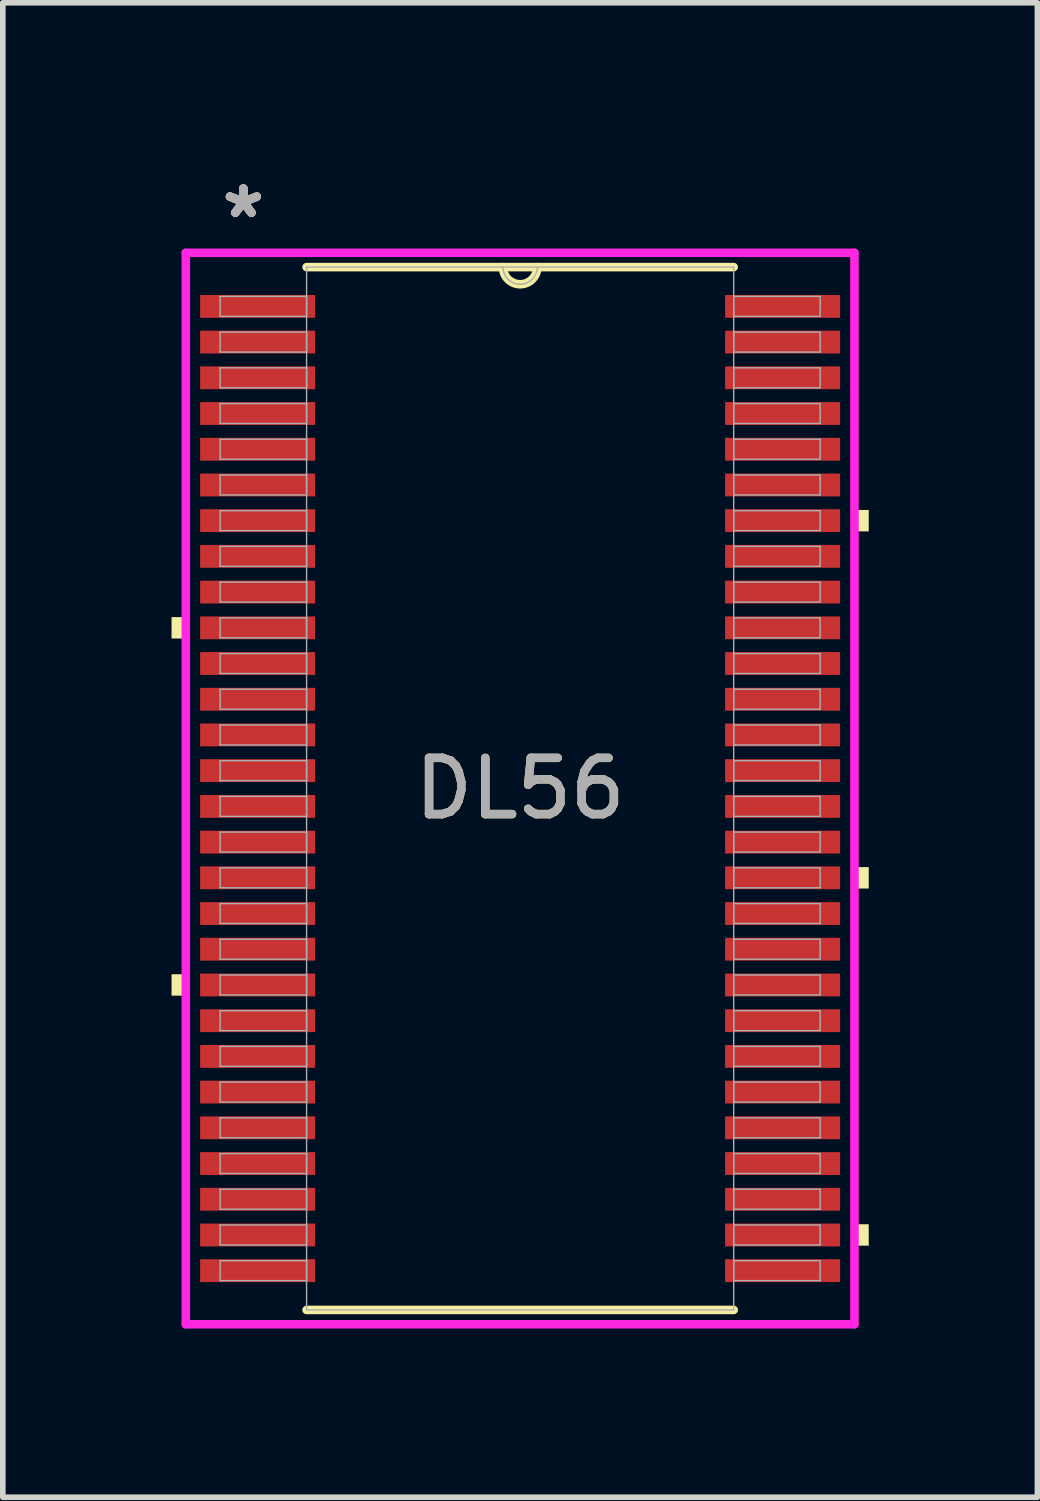
<source format=kicad_pcb>
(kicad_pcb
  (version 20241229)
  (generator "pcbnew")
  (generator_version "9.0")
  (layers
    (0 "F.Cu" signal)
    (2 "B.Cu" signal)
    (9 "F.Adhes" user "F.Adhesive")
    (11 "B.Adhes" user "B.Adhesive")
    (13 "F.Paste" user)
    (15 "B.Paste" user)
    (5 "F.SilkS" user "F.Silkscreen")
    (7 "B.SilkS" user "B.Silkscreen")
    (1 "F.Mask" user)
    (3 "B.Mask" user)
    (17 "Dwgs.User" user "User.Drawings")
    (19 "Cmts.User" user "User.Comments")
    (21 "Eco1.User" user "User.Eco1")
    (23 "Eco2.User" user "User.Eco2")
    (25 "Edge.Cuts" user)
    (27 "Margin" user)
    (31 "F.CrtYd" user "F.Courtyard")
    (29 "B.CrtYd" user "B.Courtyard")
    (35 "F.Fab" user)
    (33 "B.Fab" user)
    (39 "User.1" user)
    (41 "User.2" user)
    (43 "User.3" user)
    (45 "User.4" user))
  (footprint "DL56"
    (layer "F.Cu")
    (at 6.198 10.97)
    (property "Reference" "DL56" (at 0 0 0) (unlocked yes) (layer "F.SilkS") (effects (font (size 1 1) (thickness 0.15))))
    (attr smd)
    (fp_line (start -3.797 9.271) (end 3.797 9.271) (stroke (width 0.152) (type solid)) (layer "F.SilkS"))
    (fp_line (start 3.797 -9.271) (end -3.797 -9.271) (stroke (width 0.152) (type solid)) (layer "F.SilkS"))
    (fp_arc (start 0.3048 -9.271) (mid 0 -8.9662) (end -0.3048 -9.271) (stroke (width 0.1524) (type solid)) (layer "F.SilkS"))
    (fp_poly (pts (xy -6.198 -3.048) (xy -6.198 -2.667) (xy -5.944 -2.667) (xy -5.944 -3.048)) (stroke (width 0) (type solid)) (fill yes) (layer "F.SilkS"))
    (fp_poly (pts (xy -6.198 3.302) (xy -6.198 3.683) (xy -5.944 3.683) (xy -5.944 3.302)) (stroke (width 0) (type solid)) (fill yes) (layer "F.SilkS"))
    (fp_poly (pts (xy 6.198 -4.953) (xy 6.198 -4.572) (xy 5.944 -4.572) (xy 5.944 -4.953)) (stroke (width 0) (type solid)) (fill yes) (layer "F.SilkS"))
    (fp_poly (pts (xy 6.198 1.397) (xy 6.198 1.778) (xy 5.944 1.778) (xy 5.944 1.397)) (stroke (width 0) (type solid)) (fill yes) (layer "F.SilkS"))
    (fp_poly (pts (xy 6.198 7.747) (xy 6.198 8.128) (xy 5.944 8.128) (xy 5.944 7.747)) (stroke (width 0) (type solid)) (fill yes) (layer "F.SilkS"))
    (fp_line (start -5.944 -9.525) (end 5.944 -9.525) (stroke (width 0.152) (type solid)) (layer "F.CrtYd"))
    (fp_line (start -5.944 9.525) (end -5.944 -9.525) (stroke (width 0.152) (type solid)) (layer "F.CrtYd"))
    (fp_line (start 5.944 -9.525) (end 5.944 9.525) (stroke (width 0.152) (type solid)) (layer "F.CrtYd"))
    (fp_line (start 5.944 9.525) (end -5.944 9.525) (stroke (width 0.152) (type solid)) (layer "F.CrtYd"))
    (fp_line (start -5.334 -8.75) (end -5.334 -8.395) (stroke (width 0.025) (type solid)) (layer "F.Fab"))
    (fp_line (start -5.334 -8.395) (end -3.797 -8.395) (stroke (width 0.025) (type solid)) (layer "F.Fab"))
    (fp_line (start -5.334 -8.115) (end -5.334 -7.76) (stroke (width 0.025) (type solid)) (layer "F.Fab"))
    (fp_line (start -5.334 -7.76) (end -3.797 -7.76) (stroke (width 0.025) (type solid)) (layer "F.Fab"))
    (fp_line (start -5.334 -7.48) (end -5.334 -7.125) (stroke (width 0.025) (type solid)) (layer "F.Fab"))
    (fp_line (start -5.334 -7.125) (end -3.797 -7.125) (stroke (width 0.025) (type solid)) (layer "F.Fab"))
    (fp_line (start -5.334 -6.845) (end -5.334 -6.49) (stroke (width 0.025) (type solid)) (layer "F.Fab"))
    (fp_line (start -5.334 -6.49) (end -3.797 -6.49) (stroke (width 0.025) (type solid)) (layer "F.Fab"))
    (fp_line (start -5.334 -6.21) (end -5.334 -5.855) (stroke (width 0.025) (type solid)) (layer "F.Fab"))
    (fp_line (start -5.334 -5.855) (end -3.797 -5.855) (stroke (width 0.025) (type solid)) (layer "F.Fab"))
    (fp_line (start -5.334 -5.575) (end -5.334 -5.22) (stroke (width 0.025) (type solid)) (layer "F.Fab"))
    (fp_line (start -5.334 -5.22) (end -3.797 -5.22) (stroke (width 0.025) (type solid)) (layer "F.Fab"))
    (fp_line (start -5.334 -4.94) (end -5.334 -4.585) (stroke (width 0.025) (type solid)) (layer "F.Fab"))
    (fp_line (start -5.334 -4.585) (end -3.797 -4.585) (stroke (width 0.025) (type solid)) (layer "F.Fab"))
    (fp_line (start -5.334 -4.305) (end -5.334 -3.95) (stroke (width 0.025) (type solid)) (layer "F.Fab"))
    (fp_line (start -5.334 -3.95) (end -3.797 -3.95) (stroke (width 0.025) (type solid)) (layer "F.Fab"))
    (fp_line (start -5.334 -3.67) (end -5.334 -3.315) (stroke (width 0.025) (type solid)) (layer "F.Fab"))
    (fp_line (start -5.334 -3.315) (end -3.797 -3.315) (stroke (width 0.025) (type solid)) (layer "F.Fab"))
    (fp_line (start -5.334 -3.035) (end -5.334 -2.68) (stroke (width 0.025) (type solid)) (layer "F.Fab"))
    (fp_line (start -5.334 -2.68) (end -3.797 -2.68) (stroke (width 0.025) (type solid)) (layer "F.Fab"))
    (fp_line (start -5.334 -2.4) (end -5.334 -2.045) (stroke (width 0.025) (type solid)) (layer "F.Fab"))
    (fp_line (start -5.334 -2.045) (end -3.797 -2.045) (stroke (width 0.025) (type solid)) (layer "F.Fab"))
    (fp_line (start -5.334 -1.765) (end -5.334 -1.41) (stroke (width 0.025) (type solid)) (layer "F.Fab"))
    (fp_line (start -5.334 -1.41) (end -3.797 -1.41) (stroke (width 0.025) (type solid)) (layer "F.Fab"))
    (fp_line (start -5.334 -1.13) (end -5.334 -0.775) (stroke (width 0.025) (type solid)) (layer "F.Fab"))
    (fp_line (start -5.334 -0.775) (end -3.797 -0.775) (stroke (width 0.025) (type solid)) (layer "F.Fab"))
    (fp_line (start -5.334 -0.495) (end -5.334 -0.14) (stroke (width 0.025) (type solid)) (layer "F.Fab"))
    (fp_line (start -5.334 -0.14) (end -3.797 -0.14) (stroke (width 0.025) (type solid)) (layer "F.Fab"))
    (fp_line (start -5.334 0.14) (end -5.334 0.495) (stroke (width 0.025) (type solid)) (layer "F.Fab"))
    (fp_line (start -5.334 0.495) (end -3.797 0.495) (stroke (width 0.025) (type solid)) (layer "F.Fab"))
    (fp_line (start -5.334 0.775) (end -5.334 1.13) (stroke (width 0.025) (type solid)) (layer "F.Fab"))
    (fp_line (start -5.334 1.13) (end -3.797 1.13) (stroke (width 0.025) (type solid)) (layer "F.Fab"))
    (fp_line (start -5.334 1.41) (end -5.334 1.765) (stroke (width 0.025) (type solid)) (layer "F.Fab"))
    (fp_line (start -5.334 1.765) (end -3.797 1.765) (stroke (width 0.025) (type solid)) (layer "F.Fab"))
    (fp_line (start -5.334 2.045) (end -5.334 2.4) (stroke (width 0.025) (type solid)) (layer "F.Fab"))
    (fp_line (start -5.334 2.4) (end -3.797 2.4) (stroke (width 0.025) (type solid)) (layer "F.Fab"))
    (fp_line (start -5.334 2.68) (end -5.334 3.035) (stroke (width 0.025) (type solid)) (layer "F.Fab"))
    (fp_line (start -5.334 3.035) (end -3.797 3.035) (stroke (width 0.025) (type solid)) (layer "F.Fab"))
    (fp_line (start -5.334 3.315) (end -5.334 3.67) (stroke (width 0.025) (type solid)) (layer "F.Fab"))
    (fp_line (start -5.334 3.67) (end -3.797 3.67) (stroke (width 0.025) (type solid)) (layer "F.Fab"))
    (fp_line (start -5.334 3.95) (end -5.334 4.305) (stroke (width 0.025) (type solid)) (layer "F.Fab"))
    (fp_line (start -5.334 4.305) (end -3.797 4.305) (stroke (width 0.025) (type solid)) (layer "F.Fab"))
    (fp_line (start -5.334 4.585) (end -5.334 4.94) (stroke (width 0.025) (type solid)) (layer "F.Fab"))
    (fp_line (start -5.334 4.94) (end -3.797 4.94) (stroke (width 0.025) (type solid)) (layer "F.Fab"))
    (fp_line (start -5.334 5.22) (end -5.334 5.575) (stroke (width 0.025) (type solid)) (layer "F.Fab"))
    (fp_line (start -5.334 5.575) (end -3.797 5.575) (stroke (width 0.025) (type solid)) (layer "F.Fab"))
    (fp_line (start -5.334 5.855) (end -5.334 6.21) (stroke (width 0.025) (type solid)) (layer "F.Fab"))
    (fp_line (start -5.334 6.21) (end -3.797 6.21) (stroke (width 0.025) (type solid)) (layer "F.Fab"))
    (fp_line (start -5.334 6.49) (end -5.334 6.845) (stroke (width 0.025) (type solid)) (layer "F.Fab"))
    (fp_line (start -5.334 6.845) (end -3.797 6.845) (stroke (width 0.025) (type solid)) (layer "F.Fab"))
    (fp_line (start -5.334 7.125) (end -5.334 7.48) (stroke (width 0.025) (type solid)) (layer "F.Fab"))
    (fp_line (start -5.334 7.48) (end -3.797 7.48) (stroke (width 0.025) (type solid)) (layer "F.Fab"))
    (fp_line (start -5.334 7.76) (end -5.334 8.115) (stroke (width 0.025) (type solid)) (layer "F.Fab"))
    (fp_line (start -5.334 8.115) (end -3.797 8.115) (stroke (width 0.025) (type solid)) (layer "F.Fab"))
    (fp_line (start -5.334 8.395) (end -5.334 8.75) (stroke (width 0.025) (type solid)) (layer "F.Fab"))
    (fp_line (start -5.334 8.75) (end -3.797 8.75) (stroke (width 0.025) (type solid)) (layer "F.Fab"))
    (fp_line (start -3.797 -9.271) (end -3.797 9.271) (stroke (width 0.025) (type solid)) (layer "F.Fab"))
    (fp_line (start -3.797 -8.75) (end -5.334 -8.75) (stroke (width 0.025) (type solid)) (layer "F.Fab"))
    (fp_line (start -3.797 -8.395) (end -3.797 -8.75) (stroke (width 0.025) (type solid)) (layer "F.Fab"))
    (fp_line (start -3.797 -8.115) (end -5.334 -8.115) (stroke (width 0.025) (type solid)) (layer "F.Fab"))
    (fp_line (start -3.797 -7.76) (end -3.797 -8.115) (stroke (width 0.025) (type solid)) (layer "F.Fab"))
    (fp_line (start -3.797 -7.48) (end -5.334 -7.48) (stroke (width 0.025) (type solid)) (layer "F.Fab"))
    (fp_line (start -3.797 -7.125) (end -3.797 -7.48) (stroke (width 0.025) (type solid)) (layer "F.Fab"))
    (fp_line (start -3.797 -6.845) (end -5.334 -6.845) (stroke (width 0.025) (type solid)) (layer "F.Fab"))
    (fp_line (start -3.797 -6.49) (end -3.797 -6.845) (stroke (width 0.025) (type solid)) (layer "F.Fab"))
    (fp_line (start -3.797 -6.21) (end -5.334 -6.21) (stroke (width 0.025) (type solid)) (layer "F.Fab"))
    (fp_line (start -3.797 -5.855) (end -3.797 -6.21) (stroke (width 0.025) (type solid)) (layer "F.Fab"))
    (fp_line (start -3.797 -5.575) (end -5.334 -5.575) (stroke (width 0.025) (type solid)) (layer "F.Fab"))
    (fp_line (start -3.797 -5.22) (end -3.797 -5.575) (stroke (width 0.025) (type solid)) (layer "F.Fab"))
    (fp_line (start -3.797 -4.94) (end -5.334 -4.94) (stroke (width 0.025) (type solid)) (layer "F.Fab"))
    (fp_line (start -3.797 -4.585) (end -3.797 -4.94) (stroke (width 0.025) (type solid)) (layer "F.Fab"))
    (fp_line (start -3.797 -4.305) (end -5.334 -4.305) (stroke (width 0.025) (type solid)) (layer "F.Fab"))
    (fp_line (start -3.797 -3.95) (end -3.797 -4.305) (stroke (width 0.025) (type solid)) (layer "F.Fab"))
    (fp_line (start -3.797 -3.67) (end -5.334 -3.67) (stroke (width 0.025) (type solid)) (layer "F.Fab"))
    (fp_line (start -3.797 -3.315) (end -3.797 -3.67) (stroke (width 0.025) (type solid)) (layer "F.Fab"))
    (fp_line (start -3.797 -3.035) (end -5.334 -3.035) (stroke (width 0.025) (type solid)) (layer "F.Fab"))
    (fp_line (start -3.797 -2.68) (end -3.797 -3.035) (stroke (width 0.025) (type solid)) (layer "F.Fab"))
    (fp_line (start -3.797 -2.4) (end -5.334 -2.4) (stroke (width 0.025) (type solid)) (layer "F.Fab"))
    (fp_line (start -3.797 -2.045) (end -3.797 -2.4) (stroke (width 0.025) (type solid)) (layer "F.Fab"))
    (fp_line (start -3.797 -1.765) (end -5.334 -1.765) (stroke (width 0.025) (type solid)) (layer "F.Fab"))
    (fp_line (start -3.797 -1.41) (end -3.797 -1.765) (stroke (width 0.025) (type solid)) (layer "F.Fab"))
    (fp_line (start -3.797 -1.13) (end -5.334 -1.13) (stroke (width 0.025) (type solid)) (layer "F.Fab"))
    (fp_line (start -3.797 -0.775) (end -3.797 -1.13) (stroke (width 0.025) (type solid)) (layer "F.Fab"))
    (fp_line (start -3.797 -0.495) (end -5.334 -0.495) (stroke (width 0.025) (type solid)) (layer "F.Fab"))
    (fp_line (start -3.797 -0.14) (end -3.797 -0.495) (stroke (width 0.025) (type solid)) (layer "F.Fab"))
    (fp_line (start -3.797 0.14) (end -5.334 0.14) (stroke (width 0.025) (type solid)) (layer "F.Fab"))
    (fp_line (start -3.797 0.495) (end -3.797 0.14) (stroke (width 0.025) (type solid)) (layer "F.Fab"))
    (fp_line (start -3.797 0.775) (end -5.334 0.775) (stroke (width 0.025) (type solid)) (layer "F.Fab"))
    (fp_line (start -3.797 1.13) (end -3.797 0.775) (stroke (width 0.025) (type solid)) (layer "F.Fab"))
    (fp_line (start -3.797 1.41) (end -5.334 1.41) (stroke (width 0.025) (type solid)) (layer "F.Fab"))
    (fp_line (start -3.797 1.765) (end -3.797 1.41) (stroke (width 0.025) (type solid)) (layer "F.Fab"))
    (fp_line (start -3.797 2.045) (end -5.334 2.045) (stroke (width 0.025) (type solid)) (layer "F.Fab"))
    (fp_line (start -3.797 2.4) (end -3.797 2.045) (stroke (width 0.025) (type solid)) (layer "F.Fab"))
    (fp_line (start -3.797 2.68) (end -5.334 2.68) (stroke (width 0.025) (type solid)) (layer "F.Fab"))
    (fp_line (start -3.797 3.035) (end -3.797 2.68) (stroke (width 0.025) (type solid)) (layer "F.Fab"))
    (fp_line (start -3.797 3.315) (end -5.334 3.315) (stroke (width 0.025) (type solid)) (layer "F.Fab"))
    (fp_line (start -3.797 3.67) (end -3.797 3.315) (stroke (width 0.025) (type solid)) (layer "F.Fab"))
    (fp_line (start -3.797 3.95) (end -5.334 3.95) (stroke (width 0.025) (type solid)) (layer "F.Fab"))
    (fp_line (start -3.797 4.305) (end -3.797 3.95) (stroke (width 0.025) (type solid)) (layer "F.Fab"))
    (fp_line (start -3.797 4.585) (end -5.334 4.585) (stroke (width 0.025) (type solid)) (layer "F.Fab"))
    (fp_line (start -3.797 4.94) (end -3.797 4.585) (stroke (width 0.025) (type solid)) (layer "F.Fab"))
    (fp_line (start -3.797 5.22) (end -5.334 5.22) (stroke (width 0.025) (type solid)) (layer "F.Fab"))
    (fp_line (start -3.797 5.575) (end -3.797 5.22) (stroke (width 0.025) (type solid)) (layer "F.Fab"))
    (fp_line (start -3.797 5.855) (end -5.334 5.855) (stroke (width 0.025) (type solid)) (layer "F.Fab"))
    (fp_line (start -3.797 6.21) (end -3.797 5.855) (stroke (width 0.025) (type solid)) (layer "F.Fab"))
    (fp_line (start -3.797 6.49) (end -5.334 6.49) (stroke (width 0.025) (type solid)) (layer "F.Fab"))
    (fp_line (start -3.797 6.845) (end -3.797 6.49) (stroke (width 0.025) (type solid)) (layer "F.Fab"))
    (fp_line (start -3.797 7.125) (end -5.334 7.125) (stroke (width 0.025) (type solid)) (layer "F.Fab"))
    (fp_line (start -3.797 7.48) (end -3.797 7.125) (stroke (width 0.025) (type solid)) (layer "F.Fab"))
    (fp_line (start -3.797 7.76) (end -5.334 7.76) (stroke (width 0.025) (type solid)) (layer "F.Fab"))
    (fp_line (start -3.797 8.115) (end -3.797 7.76) (stroke (width 0.025) (type solid)) (layer "F.Fab"))
    (fp_line (start -3.797 8.395) (end -5.334 8.395) (stroke (width 0.025) (type solid)) (layer "F.Fab"))
    (fp_line (start -3.797 8.75) (end -3.797 8.395) (stroke (width 0.025) (type solid)) (layer "F.Fab"))
    (fp_line (start -3.797 9.271) (end 3.797 9.271) (stroke (width 0.025) (type solid)) (layer "F.Fab"))
    (fp_line (start 3.797 -9.271) (end -3.797 -9.271) (stroke (width 0.025) (type solid)) (layer "F.Fab"))
    (fp_line (start 3.797 -8.75) (end 3.797 -8.395) (stroke (width 0.025) (type solid)) (layer "F.Fab"))
    (fp_line (start 3.797 -8.395) (end 5.334 -8.395) (stroke (width 0.025) (type solid)) (layer "F.Fab"))
    (fp_line (start 3.797 -8.115) (end 3.797 -7.76) (stroke (width 0.025) (type solid)) (layer "F.Fab"))
    (fp_line (start 3.797 -7.76) (end 5.334 -7.76) (stroke (width 0.025) (type solid)) (layer "F.Fab"))
    (fp_line (start 3.797 -7.48) (end 3.797 -7.125) (stroke (width 0.025) (type solid)) (layer "F.Fab"))
    (fp_line (start 3.797 -7.125) (end 5.334 -7.125) (stroke (width 0.025) (type solid)) (layer "F.Fab"))
    (fp_line (start 3.797 -6.845) (end 3.797 -6.49) (stroke (width 0.025) (type solid)) (layer "F.Fab"))
    (fp_line (start 3.797 -6.49) (end 5.334 -6.49) (stroke (width 0.025) (type solid)) (layer "F.Fab"))
    (fp_line (start 3.797 -6.21) (end 3.797 -5.855) (stroke (width 0.025) (type solid)) (layer "F.Fab"))
    (fp_line (start 3.797 -5.855) (end 5.334 -5.855) (stroke (width 0.025) (type solid)) (layer "F.Fab"))
    (fp_line (start 3.797 -5.575) (end 3.797 -5.22) (stroke (width 0.025) (type solid)) (layer "F.Fab"))
    (fp_line (start 3.797 -5.22) (end 5.334 -5.22) (stroke (width 0.025) (type solid)) (layer "F.Fab"))
    (fp_line (start 3.797 -4.94) (end 3.797 -4.585) (stroke (width 0.025) (type solid)) (layer "F.Fab"))
    (fp_line (start 3.797 -4.585) (end 5.334 -4.585) (stroke (width 0.025) (type solid)) (layer "F.Fab"))
    (fp_line (start 3.797 -4.305) (end 3.797 -3.95) (stroke (width 0.025) (type solid)) (layer "F.Fab"))
    (fp_line (start 3.797 -3.95) (end 5.334 -3.95) (stroke (width 0.025) (type solid)) (layer "F.Fab"))
    (fp_line (start 3.797 -3.67) (end 3.797 -3.315) (stroke (width 0.025) (type solid)) (layer "F.Fab"))
    (fp_line (start 3.797 -3.315) (end 5.334 -3.315) (stroke (width 0.025) (type solid)) (layer "F.Fab"))
    (fp_line (start 3.797 -3.035) (end 3.797 -2.68) (stroke (width 0.025) (type solid)) (layer "F.Fab"))
    (fp_line (start 3.797 -2.68) (end 5.334 -2.68) (stroke (width 0.025) (type solid)) (layer "F.Fab"))
    (fp_line (start 3.797 -2.4) (end 3.797 -2.045) (stroke (width 0.025) (type solid)) (layer "F.Fab"))
    (fp_line (start 3.797 -2.045) (end 5.334 -2.045) (stroke (width 0.025) (type solid)) (layer "F.Fab"))
    (fp_line (start 3.797 -1.765) (end 3.797 -1.41) (stroke (width 0.025) (type solid)) (layer "F.Fab"))
    (fp_line (start 3.797 -1.41) (end 5.334 -1.41) (stroke (width 0.025) (type solid)) (layer "F.Fab"))
    (fp_line (start 3.797 -1.13) (end 3.797 -0.775) (stroke (width 0.025) (type solid)) (layer "F.Fab"))
    (fp_line (start 3.797 -0.775) (end 5.334 -0.775) (stroke (width 0.025) (type solid)) (layer "F.Fab"))
    (fp_line (start 3.797 -0.495) (end 3.797 -0.14) (stroke (width 0.025) (type solid)) (layer "F.Fab"))
    (fp_line (start 3.797 -0.14) (end 5.334 -0.14) (stroke (width 0.025) (type solid)) (layer "F.Fab"))
    (fp_line (start 3.797 0.14) (end 3.797 0.495) (stroke (width 0.025) (type solid)) (layer "F.Fab"))
    (fp_line (start 3.797 0.495) (end 5.334 0.495) (stroke (width 0.025) (type solid)) (layer "F.Fab"))
    (fp_line (start 3.797 0.775) (end 3.797 1.13) (stroke (width 0.025) (type solid)) (layer "F.Fab"))
    (fp_line (start 3.797 1.13) (end 5.334 1.13) (stroke (width 0.025) (type solid)) (layer "F.Fab"))
    (fp_line (start 3.797 1.41) (end 3.797 1.765) (stroke (width 0.025) (type solid)) (layer "F.Fab"))
    (fp_line (start 3.797 1.765) (end 5.334 1.765) (stroke (width 0.025) (type solid)) (layer "F.Fab"))
    (fp_line (start 3.797 2.045) (end 3.797 2.4) (stroke (width 0.025) (type solid)) (layer "F.Fab"))
    (fp_line (start 3.797 2.4) (end 5.334 2.4) (stroke (width 0.025) (type solid)) (layer "F.Fab"))
    (fp_line (start 3.797 2.68) (end 3.797 3.035) (stroke (width 0.025) (type solid)) (layer "F.Fab"))
    (fp_line (start 3.797 3.035) (end 5.334 3.035) (stroke (width 0.025) (type solid)) (layer "F.Fab"))
    (fp_line (start 3.797 3.315) (end 3.797 3.67) (stroke (width 0.025) (type solid)) (layer "F.Fab"))
    (fp_line (start 3.797 3.67) (end 5.334 3.67) (stroke (width 0.025) (type solid)) (layer "F.Fab"))
    (fp_line (start 3.797 3.95) (end 3.797 4.305) (stroke (width 0.025) (type solid)) (layer "F.Fab"))
    (fp_line (start 3.797 4.305) (end 5.334 4.305) (stroke (width 0.025) (type solid)) (layer "F.Fab"))
    (fp_line (start 3.797 4.585) (end 3.797 4.94) (stroke (width 0.025) (type solid)) (layer "F.Fab"))
    (fp_line (start 3.797 4.94) (end 5.334 4.94) (stroke (width 0.025) (type solid)) (layer "F.Fab"))
    (fp_line (start 3.797 5.22) (end 3.797 5.575) (stroke (width 0.025) (type solid)) (layer "F.Fab"))
    (fp_line (start 3.797 5.575) (end 5.334 5.575) (stroke (width 0.025) (type solid)) (layer "F.Fab"))
    (fp_line (start 3.797 5.855) (end 3.797 6.21) (stroke (width 0.025) (type solid)) (layer "F.Fab"))
    (fp_line (start 3.797 6.21) (end 5.334 6.21) (stroke (width 0.025) (type solid)) (layer "F.Fab"))
    (fp_line (start 3.797 6.49) (end 3.797 6.845) (stroke (width 0.025) (type solid)) (layer "F.Fab"))
    (fp_line (start 3.797 6.845) (end 5.334 6.845) (stroke (width 0.025) (type solid)) (layer "F.Fab"))
    (fp_line (start 3.797 7.125) (end 3.797 7.48) (stroke (width 0.025) (type solid)) (layer "F.Fab"))
    (fp_line (start 3.797 7.48) (end 5.334 7.48) (stroke (width 0.025) (type solid)) (layer "F.Fab"))
    (fp_line (start 3.797 7.76) (end 3.797 8.115) (stroke (width 0.025) (type solid)) (layer "F.Fab"))
    (fp_line (start 3.797 8.115) (end 5.334 8.115) (stroke (width 0.025) (type solid)) (layer "F.Fab"))
    (fp_line (start 3.797 8.395) (end 3.797 8.75) (stroke (width 0.025) (type solid)) (layer "F.Fab"))
    (fp_line (start 3.797 8.75) (end 5.334 8.75) (stroke (width 0.025) (type solid)) (layer "F.Fab"))
    (fp_line (start 3.797 9.271) (end 3.797 -9.271) (stroke (width 0.025) (type solid)) (layer "F.Fab"))
    (fp_line (start 5.334 -8.75) (end 3.797 -8.75) (stroke (width 0.025) (type solid)) (layer "F.Fab"))
    (fp_line (start 5.334 -8.395) (end 5.334 -8.75) (stroke (width 0.025) (type solid)) (layer "F.Fab"))
    (fp_line (start 5.334 -8.115) (end 3.797 -8.115) (stroke (width 0.025) (type solid)) (layer "F.Fab"))
    (fp_line (start 5.334 -7.76) (end 5.334 -8.115) (stroke (width 0.025) (type solid)) (layer "F.Fab"))
    (fp_line (start 5.334 -7.48) (end 3.797 -7.48) (stroke (width 0.025) (type solid)) (layer "F.Fab"))
    (fp_line (start 5.334 -7.125) (end 5.334 -7.48) (stroke (width 0.025) (type solid)) (layer "F.Fab"))
    (fp_line (start 5.334 -6.845) (end 3.797 -6.845) (stroke (width 0.025) (type solid)) (layer "F.Fab"))
    (fp_line (start 5.334 -6.49) (end 5.334 -6.845) (stroke (width 0.025) (type solid)) (layer "F.Fab"))
    (fp_line (start 5.334 -6.21) (end 3.797 -6.21) (stroke (width 0.025) (type solid)) (layer "F.Fab"))
    (fp_line (start 5.334 -5.855) (end 5.334 -6.21) (stroke (width 0.025) (type solid)) (layer "F.Fab"))
    (fp_line (start 5.334 -5.575) (end 3.797 -5.575) (stroke (width 0.025) (type solid)) (layer "F.Fab"))
    (fp_line (start 5.334 -5.22) (end 5.334 -5.575) (stroke (width 0.025) (type solid)) (layer "F.Fab"))
    (fp_line (start 5.334 -4.94) (end 3.797 -4.94) (stroke (width 0.025) (type solid)) (layer "F.Fab"))
    (fp_line (start 5.334 -4.585) (end 5.334 -4.94) (stroke (width 0.025) (type solid)) (layer "F.Fab"))
    (fp_line (start 5.334 -4.305) (end 3.797 -4.305) (stroke (width 0.025) (type solid)) (layer "F.Fab"))
    (fp_line (start 5.334 -3.95) (end 5.334 -4.305) (stroke (width 0.025) (type solid)) (layer "F.Fab"))
    (fp_line (start 5.334 -3.67) (end 3.797 -3.67) (stroke (width 0.025) (type solid)) (layer "F.Fab"))
    (fp_line (start 5.334 -3.315) (end 5.334 -3.67) (stroke (width 0.025) (type solid)) (layer "F.Fab"))
    (fp_line (start 5.334 -3.035) (end 3.797 -3.035) (stroke (width 0.025) (type solid)) (layer "F.Fab"))
    (fp_line (start 5.334 -2.68) (end 5.334 -3.035) (stroke (width 0.025) (type solid)) (layer "F.Fab"))
    (fp_line (start 5.334 -2.4) (end 3.797 -2.4) (stroke (width 0.025) (type solid)) (layer "F.Fab"))
    (fp_line (start 5.334 -2.045) (end 5.334 -2.4) (stroke (width 0.025) (type solid)) (layer "F.Fab"))
    (fp_line (start 5.334 -1.765) (end 3.797 -1.765) (stroke (width 0.025) (type solid)) (layer "F.Fab"))
    (fp_line (start 5.334 -1.41) (end 5.334 -1.765) (stroke (width 0.025) (type solid)) (layer "F.Fab"))
    (fp_line (start 5.334 -1.13) (end 3.797 -1.13) (stroke (width 0.025) (type solid)) (layer "F.Fab"))
    (fp_line (start 5.334 -0.775) (end 5.334 -1.13) (stroke (width 0.025) (type solid)) (layer "F.Fab"))
    (fp_line (start 5.334 -0.495) (end 3.797 -0.495) (stroke (width 0.025) (type solid)) (layer "F.Fab"))
    (fp_line (start 5.334 -0.14) (end 5.334 -0.495) (stroke (width 0.025) (type solid)) (layer "F.Fab"))
    (fp_line (start 5.334 0.14) (end 3.797 0.14) (stroke (width 0.025) (type solid)) (layer "F.Fab"))
    (fp_line (start 5.334 0.495) (end 5.334 0.14) (stroke (width 0.025) (type solid)) (layer "F.Fab"))
    (fp_line (start 5.334 0.775) (end 3.797 0.775) (stroke (width 0.025) (type solid)) (layer "F.Fab"))
    (fp_line (start 5.334 1.13) (end 5.334 0.775) (stroke (width 0.025) (type solid)) (layer "F.Fab"))
    (fp_line (start 5.334 1.41) (end 3.797 1.41) (stroke (width 0.025) (type solid)) (layer "F.Fab"))
    (fp_line (start 5.334 1.765) (end 5.334 1.41) (stroke (width 0.025) (type solid)) (layer "F.Fab"))
    (fp_line (start 5.334 2.045) (end 3.797 2.045) (stroke (width 0.025) (type solid)) (layer "F.Fab"))
    (fp_line (start 5.334 2.4) (end 5.334 2.045) (stroke (width 0.025) (type solid)) (layer "F.Fab"))
    (fp_line (start 5.334 2.68) (end 3.797 2.68) (stroke (width 0.025) (type solid)) (layer "F.Fab"))
    (fp_line (start 5.334 3.035) (end 5.334 2.68) (stroke (width 0.025) (type solid)) (layer "F.Fab"))
    (fp_line (start 5.334 3.315) (end 3.797 3.315) (stroke (width 0.025) (type solid)) (layer "F.Fab"))
    (fp_line (start 5.334 3.67) (end 5.334 3.315) (stroke (width 0.025) (type solid)) (layer "F.Fab"))
    (fp_line (start 5.334 3.95) (end 3.797 3.95) (stroke (width 0.025) (type solid)) (layer "F.Fab"))
    (fp_line (start 5.334 4.305) (end 5.334 3.95) (stroke (width 0.025) (type solid)) (layer "F.Fab"))
    (fp_line (start 5.334 4.585) (end 3.797 4.585) (stroke (width 0.025) (type solid)) (layer "F.Fab"))
    (fp_line (start 5.334 4.94) (end 5.334 4.585) (stroke (width 0.025) (type solid)) (layer "F.Fab"))
    (fp_line (start 5.334 5.22) (end 3.797 5.22) (stroke (width 0.025) (type solid)) (layer "F.Fab"))
    (fp_line (start 5.334 5.575) (end 5.334 5.22) (stroke (width 0.025) (type solid)) (layer "F.Fab"))
    (fp_line (start 5.334 5.855) (end 3.797 5.855) (stroke (width 0.025) (type solid)) (layer "F.Fab"))
    (fp_line (start 5.334 6.21) (end 5.334 5.855) (stroke (width 0.025) (type solid)) (layer "F.Fab"))
    (fp_line (start 5.334 6.49) (end 3.797 6.49) (stroke (width 0.025) (type solid)) (layer "F.Fab"))
    (fp_line (start 5.334 6.845) (end 5.334 6.49) (stroke (width 0.025) (type solid)) (layer "F.Fab"))
    (fp_line (start 5.334 7.125) (end 3.797 7.125) (stroke (width 0.025) (type solid)) (layer "F.Fab"))
    (fp_line (start 5.334 7.48) (end 5.334 7.125) (stroke (width 0.025) (type solid)) (layer "F.Fab"))
    (fp_line (start 5.334 7.76) (end 3.797 7.76) (stroke (width 0.025) (type solid)) (layer "F.Fab"))
    (fp_line (start 5.334 8.115) (end 5.334 7.76) (stroke (width 0.025) (type solid)) (layer "F.Fab"))
    (fp_line (start 5.334 8.395) (end 3.797 8.395) (stroke (width 0.025) (type solid)) (layer "F.Fab"))
    (fp_line (start 5.334 8.75) (end 5.334 8.395) (stroke (width 0.025) (type solid)) (layer "F.Fab"))
    (fp_arc (start 0.3048 -9.271) (mid 0 -8.9662) (end -0.3048 -9.271) (stroke (width 0.0254) (type solid)) (layer "F.Fab"))
    (fp_text user "*" (at -4.921 -10.122 0) (layer "F.SilkS") (effects (font (size 1 1) (thickness 0.15))))
    (fp_text user "*" (at -4.921 -10.122 0) (unlocked yes) (layer "F.SilkS") (effects (font (size 1 1) (thickness 0.15))))
    (fp_text user "*" (at -4.921 -10.122 0) (layer "F.Fab") (effects (font (size 1 1) (thickness 0.15))))
    (fp_text user "${REFERENCE}" (at 0 0 0) (unlocked yes) (layer "F.Fab") (effects (font (size 1 1) (thickness 0.15))))
    (fp_text user "*" (at -4.921 -10.122 0) (unlocked yes) (layer "F.Fab") (effects (font (size 1 1) (thickness 0.15))))
    (pad "1" smd rect (at -4.667 -8.572) (size 2.045 0.406) (layers "F.Cu" "F.Mask" "F.Paste"))
    (pad "2" smd rect (at -4.667 -7.938) (size 2.045 0.406) (layers "F.Cu" "F.Mask" "F.Paste"))
    (pad "3" smd rect (at -4.667 -7.303) (size 2.045 0.406) (layers "F.Cu" "F.Mask" "F.Paste"))
    (pad "4" smd rect (at -4.667 -6.668) (size 2.045 0.406) (layers "F.Cu" "F.Mask" "F.Paste"))
    (pad "5" smd rect (at -4.667 -6.032) (size 2.045 0.406) (layers "F.Cu" "F.Mask" "F.Paste"))
    (pad "6" smd rect (at -4.667 -5.397) (size 2.045 0.406) (layers "F.Cu" "F.Mask" "F.Paste"))
    (pad "7" smd rect (at -4.667 -4.763) (size 2.045 0.406) (layers "F.Cu" "F.Mask" "F.Paste"))
    (pad "8" smd rect (at -4.667 -4.128) (size 2.045 0.406) (layers "F.Cu" "F.Mask" "F.Paste"))
    (pad "9" smd rect (at -4.667 -3.493) (size 2.045 0.406) (layers "F.Cu" "F.Mask" "F.Paste"))
    (pad "10" smd rect (at -4.667 -2.857) (size 2.045 0.406) (layers "F.Cu" "F.Mask" "F.Paste"))
    (pad "11" smd rect (at -4.667 -2.223) (size 2.045 0.406) (layers "F.Cu" "F.Mask" "F.Paste"))
    (pad "12" smd rect (at -4.667 -1.587) (size 2.045 0.406) (layers "F.Cu" "F.Mask" "F.Paste"))
    (pad "13" smd rect (at -4.667 -0.953) (size 2.045 0.406) (layers "F.Cu" "F.Mask" "F.Paste"))
    (pad "14" smd rect (at -4.667 -0.318) (size 2.045 0.406) (layers "F.Cu" "F.Mask" "F.Paste"))
    (pad "15" smd rect (at -4.667 0.318) (size 2.045 0.406) (layers "F.Cu" "F.Mask" "F.Paste"))
    (pad "16" smd rect (at -4.667 0.953) (size 2.045 0.406) (layers "F.Cu" "F.Mask" "F.Paste"))
    (pad "17" smd rect (at -4.667 1.587) (size 2.045 0.406) (layers "F.Cu" "F.Mask" "F.Paste"))
    (pad "18" smd rect (at -4.667 2.223) (size 2.045 0.406) (layers "F.Cu" "F.Mask" "F.Paste"))
    (pad "19" smd rect (at -4.667 2.857) (size 2.045 0.406) (layers "F.Cu" "F.Mask" "F.Paste"))
    (pad "20" smd rect (at -4.667 3.493) (size 2.045 0.406) (layers "F.Cu" "F.Mask" "F.Paste"))
    (pad "21" smd rect (at -4.667 4.128) (size 2.045 0.406) (layers "F.Cu" "F.Mask" "F.Paste"))
    (pad "22" smd rect (at -4.667 4.763) (size 2.045 0.406) (layers "F.Cu" "F.Mask" "F.Paste"))
    (pad "23" smd rect (at -4.667 5.397) (size 2.045 0.406) (layers "F.Cu" "F.Mask" "F.Paste"))
    (pad "24" smd rect (at -4.667 6.032) (size 2.045 0.406) (layers "F.Cu" "F.Mask" "F.Paste"))
    (pad "25" smd rect (at -4.667 6.668) (size 2.045 0.406) (layers "F.Cu" "F.Mask" "F.Paste"))
    (pad "26" smd rect (at -4.667 7.303) (size 2.045 0.406) (layers "F.Cu" "F.Mask" "F.Paste"))
    (pad "27" smd rect (at -4.667 7.938) (size 2.045 0.406) (layers "F.Cu" "F.Mask" "F.Paste"))
    (pad "28" smd rect (at -4.667 8.572) (size 2.045 0.406) (layers "F.Cu" "F.Mask" "F.Paste"))
    (pad "29" smd rect (at 4.667 8.572) (size 2.045 0.406) (layers "F.Cu" "F.Mask" "F.Paste"))
    (pad "30" smd rect (at 4.667 7.938) (size 2.045 0.406) (layers "F.Cu" "F.Mask" "F.Paste"))
    (pad "31" smd rect (at 4.667 7.303) (size 2.045 0.406) (layers "F.Cu" "F.Mask" "F.Paste"))
    (pad "32" smd rect (at 4.667 6.668) (size 2.045 0.406) (layers "F.Cu" "F.Mask" "F.Paste"))
    (pad "33" smd rect (at 4.667 6.032) (size 2.045 0.406) (layers "F.Cu" "F.Mask" "F.Paste"))
    (pad "34" smd rect (at 4.667 5.397) (size 2.045 0.406) (layers "F.Cu" "F.Mask" "F.Paste"))
    (pad "35" smd rect (at 4.667 4.763) (size 2.045 0.406) (layers "F.Cu" "F.Mask" "F.Paste"))
    (pad "36" smd rect (at 4.667 4.128) (size 2.045 0.406) (layers "F.Cu" "F.Mask" "F.Paste"))
    (pad "37" smd rect (at 4.667 3.493) (size 2.045 0.406) (layers "F.Cu" "F.Mask" "F.Paste"))
    (pad "38" smd rect (at 4.667 2.857) (size 2.045 0.406) (layers "F.Cu" "F.Mask" "F.Paste"))
    (pad "39" smd rect (at 4.667 2.223) (size 2.045 0.406) (layers "F.Cu" "F.Mask" "F.Paste"))
    (pad "40" smd rect (at 4.667 1.587) (size 2.045 0.406) (layers "F.Cu" "F.Mask" "F.Paste"))
    (pad "41" smd rect (at 4.667 0.953) (size 2.045 0.406) (layers "F.Cu" "F.Mask" "F.Paste"))
    (pad "42" smd rect (at 4.667 0.318) (size 2.045 0.406) (layers "F.Cu" "F.Mask" "F.Paste"))
    (pad "43" smd rect (at 4.667 -0.318) (size 2.045 0.406) (layers "F.Cu" "F.Mask" "F.Paste"))
    (pad "44" smd rect (at 4.667 -0.953) (size 2.045 0.406) (layers "F.Cu" "F.Mask" "F.Paste"))
    (pad "45" smd rect (at 4.667 -1.587) (size 2.045 0.406) (layers "F.Cu" "F.Mask" "F.Paste"))
    (pad "46" smd rect (at 4.667 -2.223) (size 2.045 0.406) (layers "F.Cu" "F.Mask" "F.Paste"))
    (pad "47" smd rect (at 4.667 -2.857) (size 2.045 0.406) (layers "F.Cu" "F.Mask" "F.Paste"))
    (pad "48" smd rect (at 4.667 -3.493) (size 2.045 0.406) (layers "F.Cu" "F.Mask" "F.Paste"))
    (pad "49" smd rect (at 4.667 -4.128) (size 2.045 0.406) (layers "F.Cu" "F.Mask" "F.Paste"))
    (pad "50" smd rect (at 4.667 -4.763) (size 2.045 0.406) (layers "F.Cu" "F.Mask" "F.Paste"))
    (pad "51" smd rect (at 4.667 -5.397) (size 2.045 0.406) (layers "F.Cu" "F.Mask" "F.Paste"))
    (pad "52" smd rect (at 4.667 -6.032) (size 2.045 0.406) (layers "F.Cu" "F.Mask" "F.Paste"))
    (pad "53" smd rect (at 4.667 -6.668) (size 2.045 0.406) (layers "F.Cu" "F.Mask" "F.Paste"))
    (pad "54" smd rect (at 4.667 -7.303) (size 2.045 0.406) (layers "F.Cu" "F.Mask" "F.Paste"))
    (pad "55" smd rect (at 4.667 -7.938) (size 2.045 0.406) (layers "F.Cu" "F.Mask" "F.Paste"))
    (pad "56" smd rect (at 4.667 -8.572) (size 2.045 0.406) (layers "F.Cu" "F.Mask" "F.Paste")))
  (gr_rect
    (start -3 -3)
    (end 15.395 23.571)
    (stroke (width 0.1) (type default))
    (fill no)
    (layer "Edge.Cuts")))
</source>
